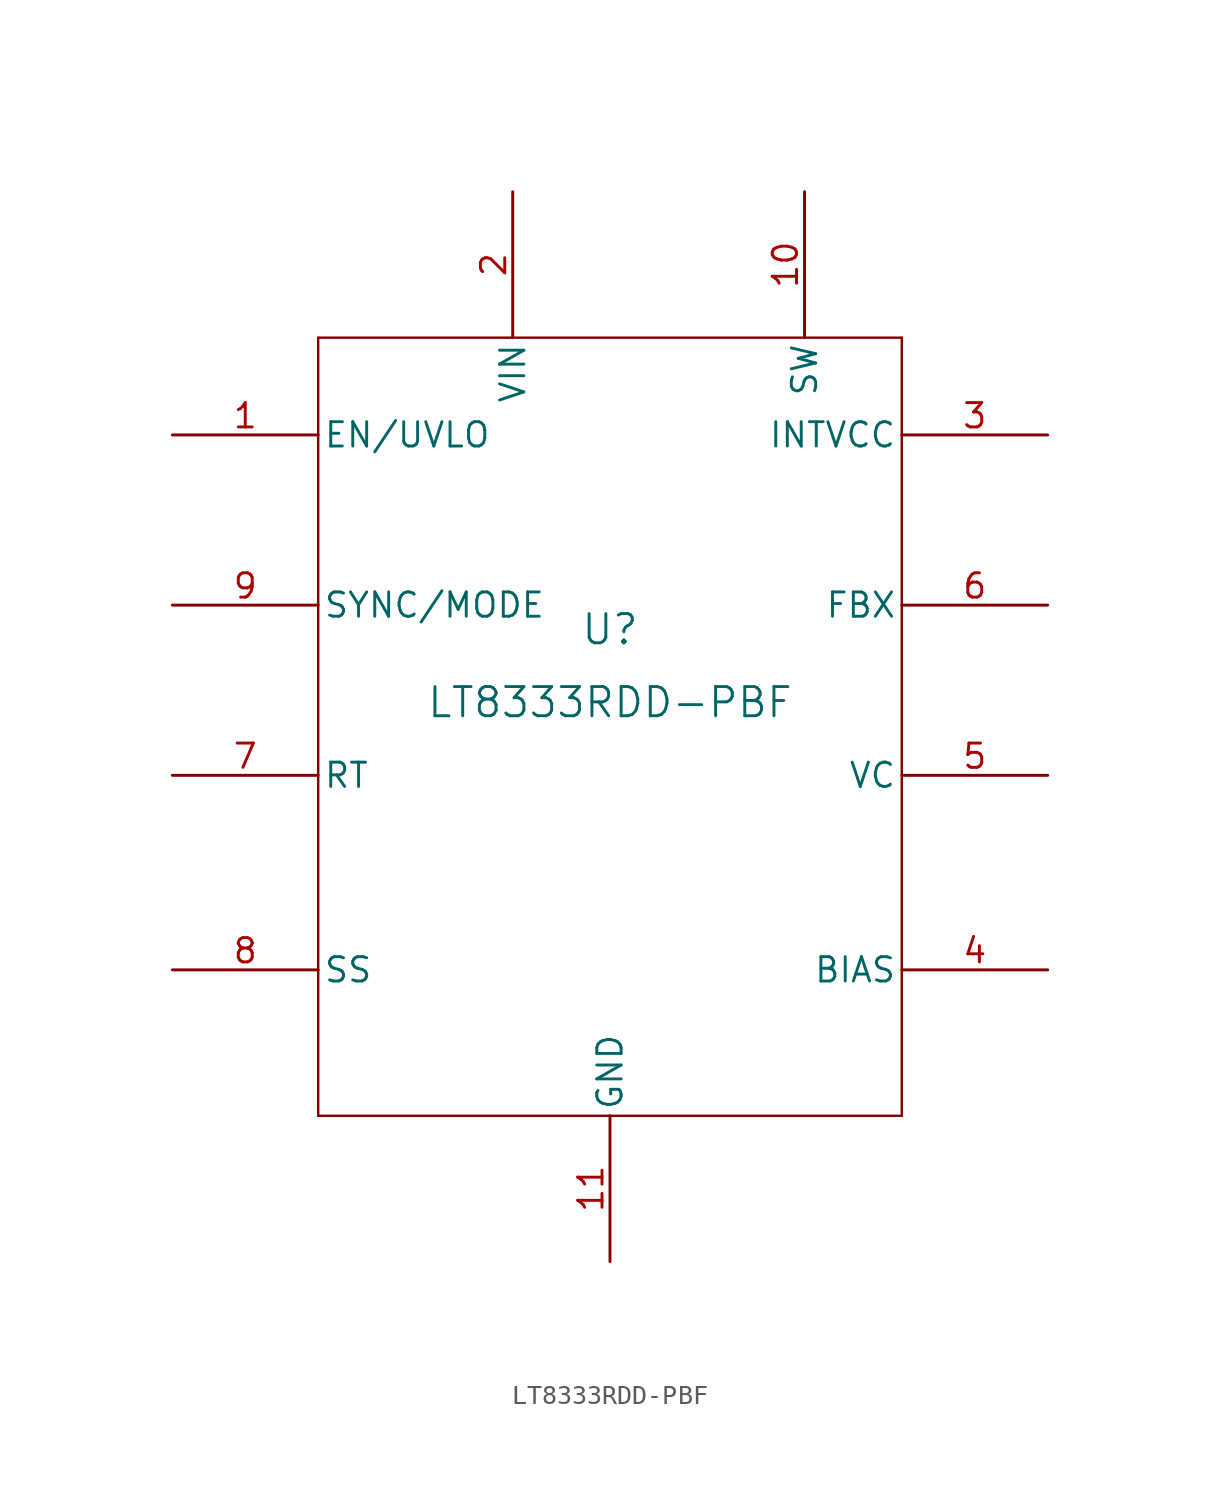
<source format=kicad_sym>
(kicad_symbol_lib
  (version 20231120)
  (generator "kicad_symbol_editor")
  (generator_version "8.0")
  (symbol "LT8333RDD-PBF"
    (pin_names
      (offset 0.254))
    (property "Reference" "U"
      (at 22.86 -10.16 0)
      (effects (font (size 1.524 1.524))))
    (property "Value" "LT8333RDD-PBF"
      (at 22.86 -13.97 0)
      (effects (font (size 1.524 1.524))))
    (property "ki_locked" ""
      (at 0 0 0)
      (effects (font (size 1.27 1.27))))
    (symbol "LT8333RDD-PBF_0_1"
      (polyline (pts (xy 7.62 -35.56) (xy 38.1 -35.56)) (stroke (width 0.127) (type default)) (fill (type none)))
      (polyline (pts (xy 7.62 5.08) (xy 7.62 -35.56)) (stroke (width 0.127) (type default)) (fill (type none)))
      (polyline (pts (xy 38.1 -35.56) (xy 38.1 5.08)) (stroke (width 0.127) (type default)) (fill (type none)))
      (polyline (pts (xy 38.1 5.08) (xy 7.62 5.08)) (stroke (width 0.127) (type default)) (fill (type none)))
      (pin input line (at 0 0 0) (length 7.62) (name "EN/UVLO" (effects (font (size 1.27 1.27)))) (number "1" (effects (font (size 1.27 1.27)))))
      (pin output line (at 33.02 12.7 270) (length 7.62) (name "SW" (effects (font (size 1.27 1.27)))) (number "10" (effects (font (size 1.27 1.27)))))
      (pin power_in line (at 22.86 -43.18 90) (length 7.62) (name "GND" (effects (font (size 1.27 1.27)))) (number "11" (effects (font (size 1.27 1.27)))))
      (pin power_in line (at 17.78 12.7 270) (length 7.62) (name "VIN" (effects (font (size 1.27 1.27)))) (number "2" (effects (font (size 1.27 1.27)))))
      (pin input line (at 45.72 0 180) (length 7.62) (name "INTVCC" (effects (font (size 1.27 1.27)))) (number "3" (effects (font (size 1.27 1.27)))))
      (pin input line (at 45.72 -27.94 180) (length 7.62) (name "BIAS" (effects (font (size 1.27 1.27)))) (number "4" (effects (font (size 1.27 1.27)))))
      (pin input line (at 45.72 -17.78 180) (length 7.62) (name "VC" (effects (font (size 1.27 1.27)))) (number "5" (effects (font (size 1.27 1.27)))))
      (pin input line (at 45.72 -8.89 180) (length 7.62) (name "FBX" (effects (font (size 1.27 1.27)))) (number "6" (effects (font (size 1.27 1.27)))))
      (pin input line (at 0 -17.78 0) (length 7.62) (name "RT" (effects (font (size 1.27 1.27)))) (number "7" (effects (font (size 1.27 1.27)))))
      (pin input line (at 0 -27.94 0) (length 7.62) (name "SS" (effects (font (size 1.27 1.27)))) (number "8" (effects (font (size 1.27 1.27)))))
      (pin input line (at 0 -8.89 0) (length 7.62) (name "SYNC/MODE" (effects (font (size 1.27 1.27)))) (number "9" (effects (font (size 1.27 1.27))))))))
</source>
